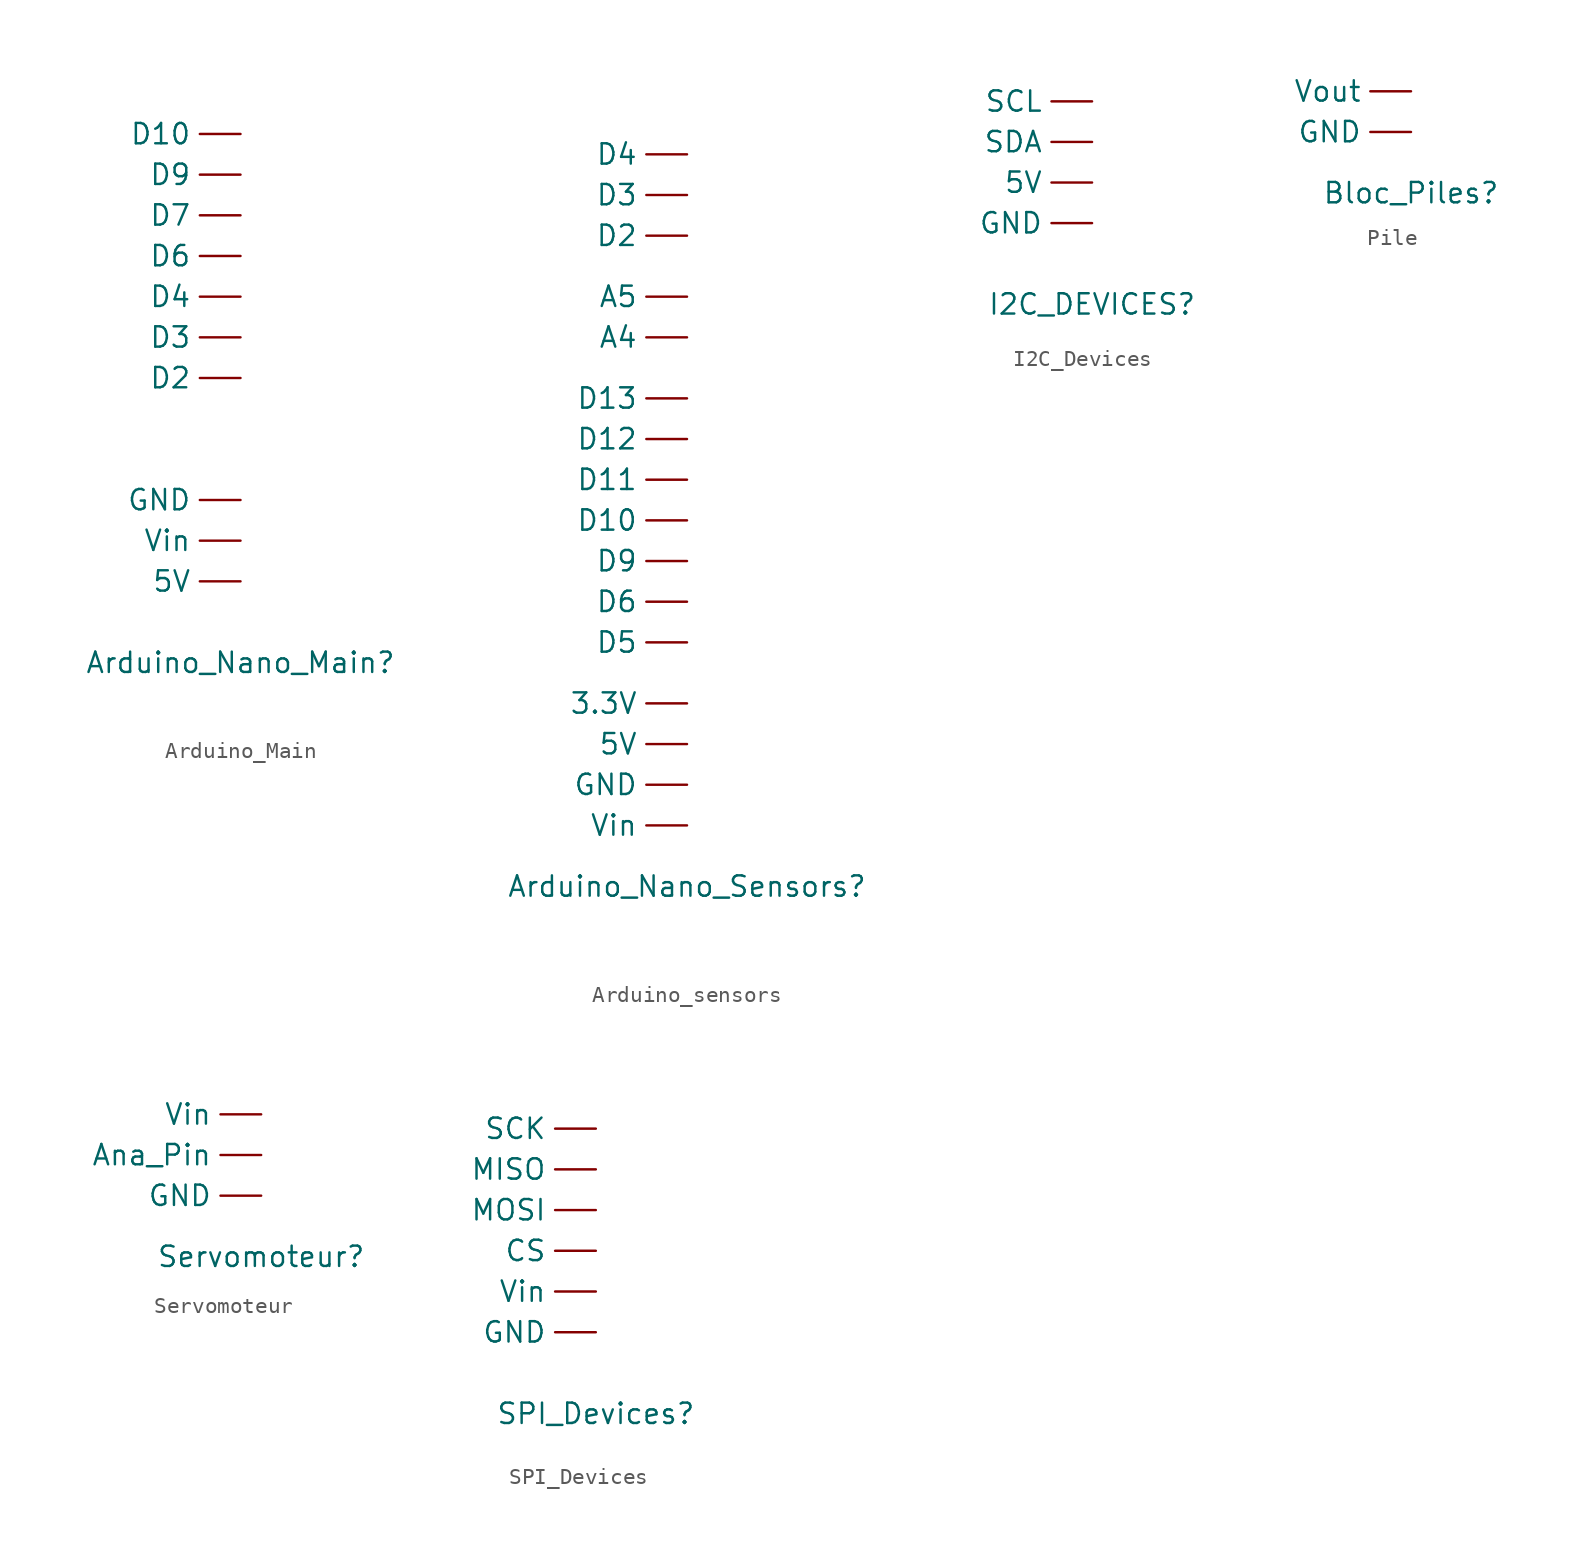
<source format=kicad_sym>
(kicad_symbol_lib
  (version 20231120)
  (generator "kicad_symbol_editor")
  (generator_version "8.0")
  (symbol "Arduino_Main"
    (property "Reference" "Arduino_Nano_Main"
      (at 0 0 0)
      (effects (font (size 1.27 1.27))))
    (property "Value" ""
      (at 0 0 0)
      (effects (font (size 1.27 1.27))))
    (symbol "Arduino_Main_1_1"
      (pin power_out line (at 0 5.08 180) (length 2.54) (name "5V" (effects (font (size 1.27 1.27)))) (number "" (effects (font (size 1.27 1.27)))))
      (pin bidirectional line (at 0 33.02 180) (length 2.54) (name "D10" (effects (font (size 1.27 1.27)))) (number "" (effects (font (size 1.27 1.27)))))
      (pin bidirectional line (at 0 17.78 180) (length 2.54) (name "D2" (effects (font (size 1.27 1.27)))) (number "" (effects (font (size 1.27 1.27)))))
      (pin bidirectional line (at 0 20.32 180) (length 2.54) (name "D3" (effects (font (size 1.27 1.27)))) (number "" (effects (font (size 1.27 1.27)))))
      (pin bidirectional line (at 0 22.86 180) (length 2.54) (name "D4" (effects (font (size 1.27 1.27)))) (number "" (effects (font (size 1.27 1.27)))))
      (pin bidirectional line (at 0 25.4 180) (length 2.54) (name "D6" (effects (font (size 1.27 1.27)))) (number "" (effects (font (size 1.27 1.27)))))
      (pin bidirectional line (at 0 27.94 180) (length 2.54) (name "D7" (effects (font (size 1.27 1.27)))) (number "" (effects (font (size 1.27 1.27)))))
      (pin bidirectional line (at 0 30.48 180) (length 2.54) (name "D9" (effects (font (size 1.27 1.27)))) (number "" (effects (font (size 1.27 1.27)))))
      (pin bidirectional line (at 0 10.16 180) (length 2.54) (name "GND" (effects (font (size 1.27 1.27)))) (number "" (effects (font (size 1.27 1.27)))))
      (pin power_in line (at 0 7.62 180) (length 2.54) (name "Vin" (effects (font (size 1.27 1.27)))) (number "" (effects (font (size 1.27 1.27)))))))
  (symbol "Arduino_sensors"
    (property "Reference" "Arduino_Nano_Sensors"
      (at 0 0 0)
      (effects (font (size 1.27 1.27))))
    (property "Value" ""
      (at 0 0 0)
      (effects (font (size 1.27 1.27))))
    (symbol "Arduino_sensors_1_1"
      (pin power_out line (at 0 11.43 180) (length 2.54) (name "3.3V" (effects (font (size 1.27 1.27)))) (number "" (effects (font (size 1.27 1.27)))))
      (pin power_out line (at 0 8.89 180) (length 2.54) (name "5V" (effects (font (size 1.27 1.27)))) (number "" (effects (font (size 1.27 1.27)))))
      (pin bidirectional line (at 0 34.29 180) (length 2.54) (name "A4" (effects (font (size 1.27 1.27)))) (number "" (effects (font (size 1.27 1.27)))))
      (pin bidirectional line (at 0 36.83 180) (length 2.54) (name "A5" (effects (font (size 1.27 1.27)))) (number "" (effects (font (size 1.27 1.27)))))
      (pin bidirectional line (at 0 22.86 180) (length 2.54) (name "D10" (effects (font (size 1.27 1.27)))) (number "" (effects (font (size 1.27 1.27)))))
      (pin bidirectional line (at 0 25.4 180) (length 2.54) (name "D11" (effects (font (size 1.27 1.27)))) (number "" (effects (font (size 1.27 1.27)))))
      (pin bidirectional line (at 0 27.94 180) (length 2.54) (name "D12" (effects (font (size 1.27 1.27)))) (number "" (effects (font (size 1.27 1.27)))))
      (pin bidirectional line (at 0 30.48 180) (length 2.54) (name "D13" (effects (font (size 1.27 1.27)))) (number "" (effects (font (size 1.27 1.27)))))
      (pin bidirectional line (at 0 40.64 180) (length 2.54) (name "D2" (effects (font (size 1.27 1.27)))) (number "" (effects (font (size 1.27 1.27)))))
      (pin bidirectional line (at 0 43.18 180) (length 2.54) (name "D3" (effects (font (size 1.27 1.27)))) (number "" (effects (font (size 1.27 1.27)))))
      (pin bidirectional line (at 0 45.72 180) (length 2.54) (name "D4" (effects (font (size 1.27 1.27)))) (number "" (effects (font (size 1.27 1.27)))))
      (pin bidirectional line (at 0 15.24 180) (length 2.54) (name "D5" (effects (font (size 1.27 1.27)))) (number "" (effects (font (size 1.27 1.27)))))
      (pin bidirectional line (at 0 17.78 180) (length 2.54) (name "D6" (effects (font (size 1.27 1.27)))) (number "" (effects (font (size 1.27 1.27)))))
      (pin bidirectional line (at 0 20.32 180) (length 2.54) (name "D9" (effects (font (size 1.27 1.27)))) (number "" (effects (font (size 1.27 1.27)))))
      (pin bidirectional line (at 0 6.35 180) (length 2.54) (name "GND" (effects (font (size 1.27 1.27)))) (number "" (effects (font (size 1.27 1.27)))))
      (pin power_in line (at 0 3.81 180) (length 2.54) (name "Vin" (effects (font (size 1.27 1.27)))) (number "" (effects (font (size 1.27 1.27)))))))
  (symbol "I2C_Devices"
    (property "Reference" "I2C_DEVICES"
      (at 0 0 0)
      (effects (font (size 1.27 1.27))))
    (property "Value" ""
      (at 0 0 0)
      (effects (font (size 1.27 1.27))))
    (symbol "I2C_Devices_1_1"
      (pin power_in line (at 0 7.62 180) (length 2.54) (name "5V" (effects (font (size 1.27 1.27)))) (number "" (effects (font (size 1.27 1.27)))))
      (pin bidirectional line (at 0 5.08 180) (length 2.54) (name "GND" (effects (font (size 1.27 1.27)))) (number "" (effects (font (size 1.27 1.27)))))
      (pin bidirectional line (at 0 12.7 180) (length 2.54) (name "SCL" (effects (font (size 1.27 1.27)))) (number "" (effects (font (size 1.27 1.27)))))
      (pin bidirectional line (at 0 10.16 180) (length 2.54) (name "SDA" (effects (font (size 1.27 1.27)))) (number "" (effects (font (size 1.27 1.27)))))))
  (symbol "Pile"
    (property "Reference" "Bloc_Piles"
      (at 0 0 0)
      (effects (font (size 1.27 1.27))))
    (property "Value" ""
      (at 0 0 0)
      (effects (font (size 1.27 1.27))))
    (symbol "Pile_1_1"
      (pin power_in line (at 0 3.81 180) (length 2.54) (name "GND" (effects (font (size 1.27 1.27)))) (number "" (effects (font (size 1.27 1.27)))))
      (pin power_out line (at 0 6.35 180) (length 2.54) (name "Vout" (effects (font (size 1.27 1.27)))) (number "" (effects (font (size 1.27 1.27)))))))
  (symbol "Servomoteur"
    (property "Reference" "Servomoteur"
      (at 0 0 0)
      (effects (font (size 1.27 1.27))))
    (property "Value" ""
      (at 0 0 0)
      (effects (font (size 1.27 1.27))))
    (symbol "Servomoteur_1_1"
      (pin input line (at 0 6.35 180) (length 2.54) (name "Ana_Pin" (effects (font (size 1.27 1.27)))) (number "" (effects (font (size 1.27 1.27)))))
      (pin power_out line (at 0 3.81 180) (length 2.54) (name "GND" (effects (font (size 1.27 1.27)))) (number "" (effects (font (size 1.27 1.27)))))
      (pin power_in line (at 0 8.89 180) (length 2.54) (name "Vin" (effects (font (size 1.27 1.27)))) (number "" (effects (font (size 1.27 1.27)))))))
  (symbol "SPI_Devices"
    (property "Reference" "SPI_Devices"
      (at 0 0 0)
      (effects (font (size 1.27 1.27))))
    (property "Value" ""
      (at 0 0 0)
      (effects (font (size 1.27 1.27))))
    (symbol "SPI_Devices_1_1"
      (pin input line (at 0 10.16 180) (length 2.54) (name "CS" (effects (font (size 1.27 1.27)))) (number "" (effects (font (size 1.27 1.27)))))
      (pin input line (at 0 5.08 180) (length 2.54) (name "GND" (effects (font (size 1.27 1.27)))) (number "" (effects (font (size 1.27 1.27)))))
      (pin output line (at 0 15.24 180) (length 2.54) (name "MISO" (effects (font (size 1.27 1.27)))) (number "" (effects (font (size 1.27 1.27)))))
      (pin input line (at 0 12.7 180) (length 2.54) (name "MOSI" (effects (font (size 1.27 1.27)))) (number "" (effects (font (size 1.27 1.27)))))
      (pin input line (at 0 17.78 180) (length 2.54) (name "SCK" (effects (font (size 1.27 1.27)))) (number "" (effects (font (size 1.27 1.27)))))
      (pin power_in line (at 0 7.62 180) (length 2.54) (name "Vin" (effects (font (size 1.27 1.27)))) (number "" (effects (font (size 1.27 1.27))))))))
</source>
